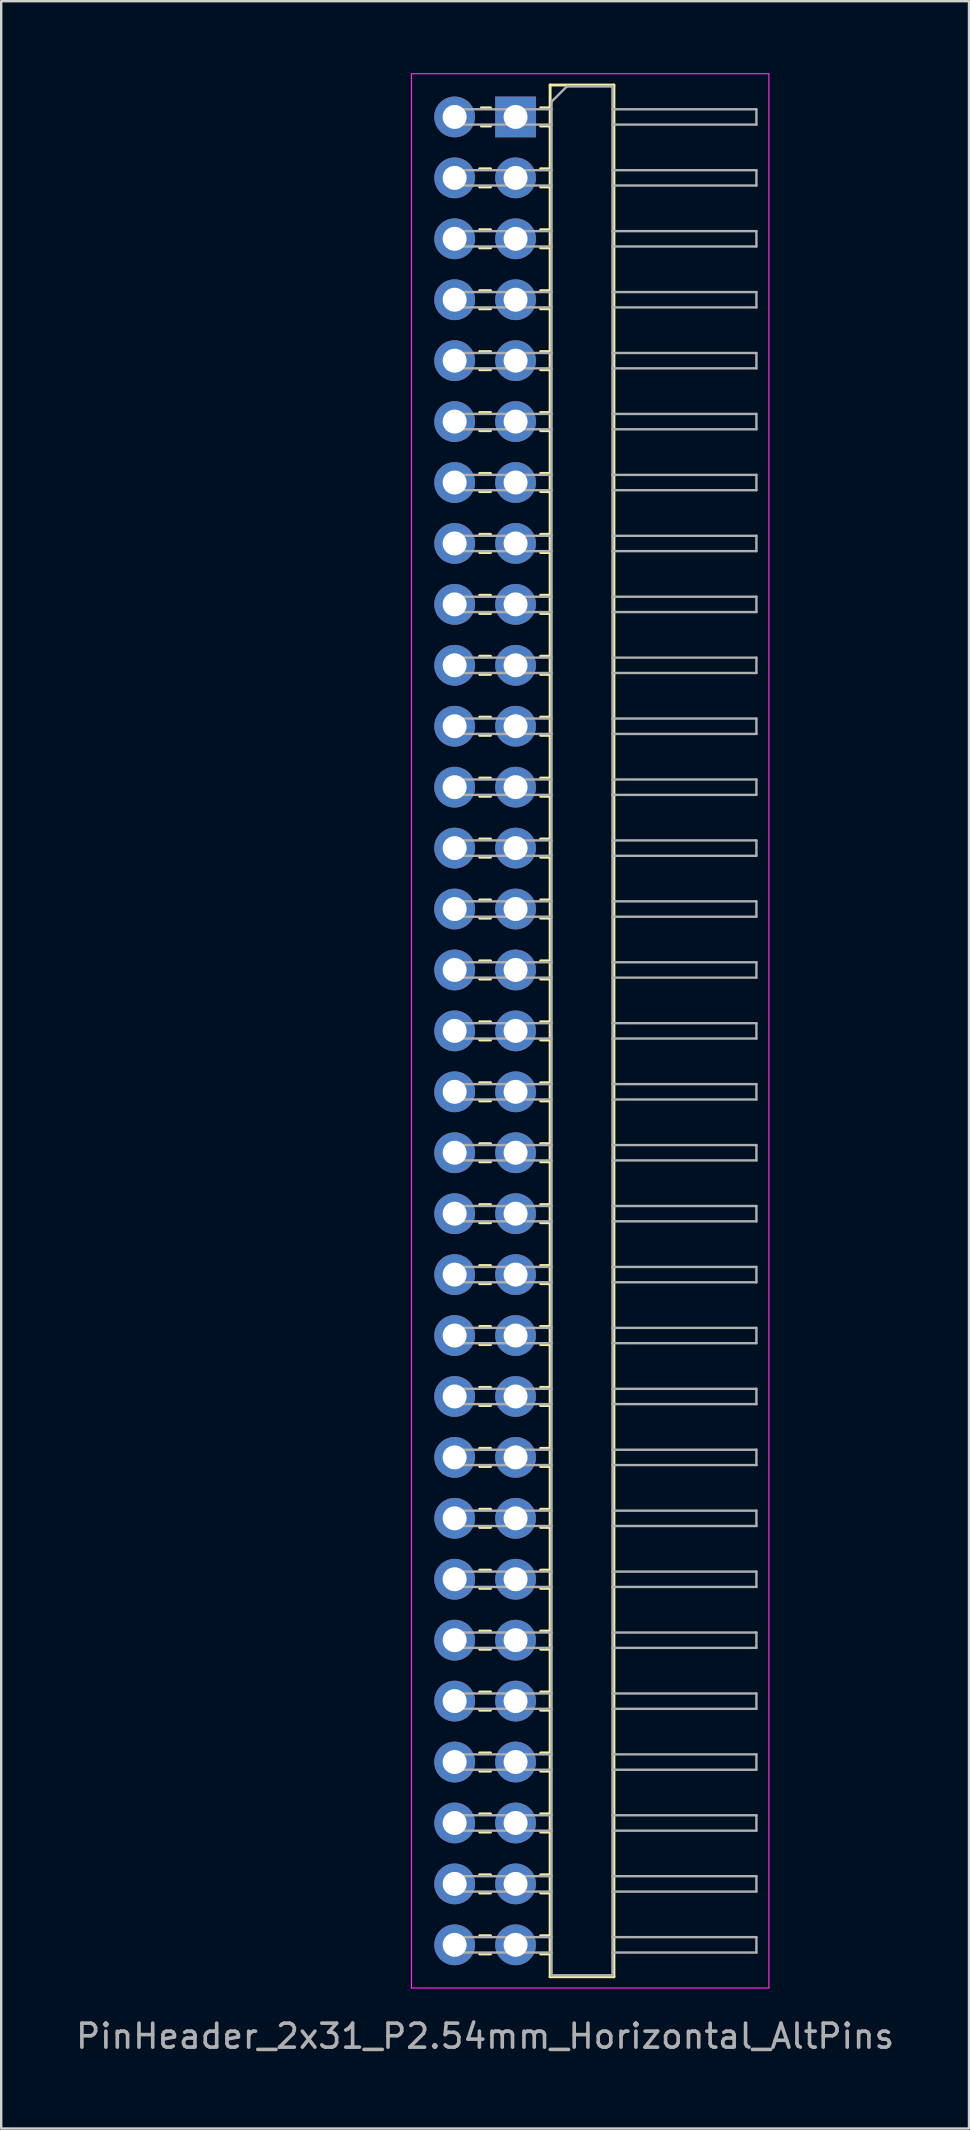
<source format=kicad_pcb>
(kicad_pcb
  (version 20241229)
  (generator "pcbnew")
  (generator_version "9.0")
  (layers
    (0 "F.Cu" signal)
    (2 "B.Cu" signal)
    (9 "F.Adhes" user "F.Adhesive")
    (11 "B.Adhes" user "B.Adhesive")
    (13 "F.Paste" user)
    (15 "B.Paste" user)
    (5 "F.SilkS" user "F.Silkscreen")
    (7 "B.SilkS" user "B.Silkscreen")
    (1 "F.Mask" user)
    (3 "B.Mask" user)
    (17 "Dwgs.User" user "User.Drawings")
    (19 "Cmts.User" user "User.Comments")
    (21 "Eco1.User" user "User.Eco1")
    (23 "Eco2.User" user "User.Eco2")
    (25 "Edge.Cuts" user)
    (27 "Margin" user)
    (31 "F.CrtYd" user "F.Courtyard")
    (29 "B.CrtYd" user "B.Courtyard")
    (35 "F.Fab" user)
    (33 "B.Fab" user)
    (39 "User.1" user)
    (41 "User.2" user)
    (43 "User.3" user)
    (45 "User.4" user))
  (footprint "PinHeader_2x31_P2.54mm_Horizontal_AltPins"
    (layer "F.Cu")
    (at 15.903 1.825)
    (property "Reference" "PinHeader_2x31_P2.54mm_Horizontal_AltPins" (at 1.27 80.01 0) (layer "F.Fab") (effects (font (size 1 1) (thickness 0.15))))
    (attr through_hole)
    (fp_line (start 1.043 2.16) (end 1.497 2.16) (stroke (width 0.12) (type solid)) (layer "F.SilkS"))
    (fp_line (start 1.043 2.92) (end 1.497 2.92) (stroke (width 0.12) (type solid)) (layer "F.SilkS"))
    (fp_line (start 1.043 4.7) (end 1.497 4.7) (stroke (width 0.12) (type solid)) (layer "F.SilkS"))
    (fp_line (start 1.043 5.46) (end 1.497 5.46) (stroke (width 0.12) (type solid)) (layer "F.SilkS"))
    (fp_line (start 1.043 7.24) (end 1.497 7.24) (stroke (width 0.12) (type solid)) (layer "F.SilkS"))
    (fp_line (start 1.043 8) (end 1.497 8) (stroke (width 0.12) (type solid)) (layer "F.SilkS"))
    (fp_line (start 1.043 9.78) (end 1.497 9.78) (stroke (width 0.12) (type solid)) (layer "F.SilkS"))
    (fp_line (start 1.043 10.54) (end 1.497 10.54) (stroke (width 0.12) (type solid)) (layer "F.SilkS"))
    (fp_line (start 1.043 12.32) (end 1.497 12.32) (stroke (width 0.12) (type solid)) (layer "F.SilkS"))
    (fp_line (start 1.043 13.08) (end 1.497 13.08) (stroke (width 0.12) (type solid)) (layer "F.SilkS"))
    (fp_line (start 1.043 14.86) (end 1.497 14.86) (stroke (width 0.12) (type solid)) (layer "F.SilkS"))
    (fp_line (start 1.043 15.62) (end 1.497 15.62) (stroke (width 0.12) (type solid)) (layer "F.SilkS"))
    (fp_line (start 1.043 17.4) (end 1.497 17.4) (stroke (width 0.12) (type solid)) (layer "F.SilkS"))
    (fp_line (start 1.043 18.16) (end 1.497 18.16) (stroke (width 0.12) (type solid)) (layer "F.SilkS"))
    (fp_line (start 1.043 19.94) (end 1.497 19.94) (stroke (width 0.12) (type solid)) (layer "F.SilkS"))
    (fp_line (start 1.043 20.7) (end 1.497 20.7) (stroke (width 0.12) (type solid)) (layer "F.SilkS"))
    (fp_line (start 1.043 22.48) (end 1.497 22.48) (stroke (width 0.12) (type solid)) (layer "F.SilkS"))
    (fp_line (start 1.043 23.24) (end 1.497 23.24) (stroke (width 0.12) (type solid)) (layer "F.SilkS"))
    (fp_line (start 1.043 25.02) (end 1.497 25.02) (stroke (width 0.12) (type solid)) (layer "F.SilkS"))
    (fp_line (start 1.043 25.78) (end 1.497 25.78) (stroke (width 0.12) (type solid)) (layer "F.SilkS"))
    (fp_line (start 1.043 27.56) (end 1.497 27.56) (stroke (width 0.12) (type solid)) (layer "F.SilkS"))
    (fp_line (start 1.043 28.32) (end 1.497 28.32) (stroke (width 0.12) (type solid)) (layer "F.SilkS"))
    (fp_line (start 1.043 30.1) (end 1.497 30.1) (stroke (width 0.12) (type solid)) (layer "F.SilkS"))
    (fp_line (start 1.043 30.86) (end 1.497 30.86) (stroke (width 0.12) (type solid)) (layer "F.SilkS"))
    (fp_line (start 1.043 32.64) (end 1.497 32.64) (stroke (width 0.12) (type solid)) (layer "F.SilkS"))
    (fp_line (start 1.043 33.4) (end 1.497 33.4) (stroke (width 0.12) (type solid)) (layer "F.SilkS"))
    (fp_line (start 1.043 35.18) (end 1.497 35.18) (stroke (width 0.12) (type solid)) (layer "F.SilkS"))
    (fp_line (start 1.043 35.94) (end 1.497 35.94) (stroke (width 0.12) (type solid)) (layer "F.SilkS"))
    (fp_line (start 1.043 37.72) (end 1.497 37.72) (stroke (width 0.12) (type solid)) (layer "F.SilkS"))
    (fp_line (start 1.043 38.48) (end 1.497 38.48) (stroke (width 0.12) (type solid)) (layer "F.SilkS"))
    (fp_line (start 1.043 40.26) (end 1.497 40.26) (stroke (width 0.12) (type solid)) (layer "F.SilkS"))
    (fp_line (start 1.043 41.02) (end 1.497 41.02) (stroke (width 0.12) (type solid)) (layer "F.SilkS"))
    (fp_line (start 1.043 42.8) (end 1.497 42.8) (stroke (width 0.12) (type solid)) (layer "F.SilkS"))
    (fp_line (start 1.043 43.56) (end 1.497 43.56) (stroke (width 0.12) (type solid)) (layer "F.SilkS"))
    (fp_line (start 1.043 45.34) (end 1.497 45.34) (stroke (width 0.12) (type solid)) (layer "F.SilkS"))
    (fp_line (start 1.043 46.1) (end 1.497 46.1) (stroke (width 0.12) (type solid)) (layer "F.SilkS"))
    (fp_line (start 1.043 47.88) (end 1.497 47.88) (stroke (width 0.12) (type solid)) (layer "F.SilkS"))
    (fp_line (start 1.043 48.64) (end 1.497 48.64) (stroke (width 0.12) (type solid)) (layer "F.SilkS"))
    (fp_line (start 1.043 50.42) (end 1.497 50.42) (stroke (width 0.12) (type solid)) (layer "F.SilkS"))
    (fp_line (start 1.043 51.18) (end 1.497 51.18) (stroke (width 0.12) (type solid)) (layer "F.SilkS"))
    (fp_line (start 1.043 52.96) (end 1.497 52.96) (stroke (width 0.12) (type solid)) (layer "F.SilkS"))
    (fp_line (start 1.043 53.72) (end 1.497 53.72) (stroke (width 0.12) (type solid)) (layer "F.SilkS"))
    (fp_line (start 1.043 55.5) (end 1.497 55.5) (stroke (width 0.12) (type solid)) (layer "F.SilkS"))
    (fp_line (start 1.043 56.26) (end 1.497 56.26) (stroke (width 0.12) (type solid)) (layer "F.SilkS"))
    (fp_line (start 1.043 58.04) (end 1.497 58.04) (stroke (width 0.12) (type solid)) (layer "F.SilkS"))
    (fp_line (start 1.043 58.8) (end 1.497 58.8) (stroke (width 0.12) (type solid)) (layer "F.SilkS"))
    (fp_line (start 1.043 60.58) (end 1.497 60.58) (stroke (width 0.12) (type solid)) (layer "F.SilkS"))
    (fp_line (start 1.043 61.34) (end 1.497 61.34) (stroke (width 0.12) (type solid)) (layer "F.SilkS"))
    (fp_line (start 1.043 63.12) (end 1.497 63.12) (stroke (width 0.12) (type solid)) (layer "F.SilkS"))
    (fp_line (start 1.043 63.88) (end 1.497 63.88) (stroke (width 0.12) (type solid)) (layer "F.SilkS"))
    (fp_line (start 1.043 65.66) (end 1.497 65.66) (stroke (width 0.12) (type solid)) (layer "F.SilkS"))
    (fp_line (start 1.043 66.42) (end 1.497 66.42) (stroke (width 0.12) (type solid)) (layer "F.SilkS"))
    (fp_line (start 1.043 68.2) (end 1.497 68.2) (stroke (width 0.12) (type solid)) (layer "F.SilkS"))
    (fp_line (start 1.043 68.96) (end 1.497 68.96) (stroke (width 0.12) (type solid)) (layer "F.SilkS"))
    (fp_line (start 1.043 70.74) (end 1.497 70.74) (stroke (width 0.12) (type solid)) (layer "F.SilkS"))
    (fp_line (start 1.043 71.5) (end 1.497 71.5) (stroke (width 0.12) (type solid)) (layer "F.SilkS"))
    (fp_line (start 1.043 73.28) (end 1.497 73.28) (stroke (width 0.12) (type solid)) (layer "F.SilkS"))
    (fp_line (start 1.043 74.04) (end 1.497 74.04) (stroke (width 0.12) (type solid)) (layer "F.SilkS"))
    (fp_line (start 1.043 75.82) (end 1.497 75.82) (stroke (width 0.12) (type solid)) (layer "F.SilkS"))
    (fp_line (start 1.043 76.58) (end 1.497 76.58) (stroke (width 0.12) (type solid)) (layer "F.SilkS"))
    (fp_line (start 1.11 -0.38) (end 1.497 -0.38) (stroke (width 0.12) (type solid)) (layer "F.SilkS"))
    (fp_line (start 1.11 0.38) (end 1.497 0.38) (stroke (width 0.12) (type solid)) (layer "F.SilkS"))
    (fp_line (start 3.583 -0.38) (end 3.98 -0.38) (stroke (width 0.12) (type solid)) (layer "F.SilkS"))
    (fp_line (start 3.583 0.38) (end 3.98 0.38) (stroke (width 0.12) (type solid)) (layer "F.SilkS"))
    (fp_line (start 3.583 2.16) (end 3.98 2.16) (stroke (width 0.12) (type solid)) (layer "F.SilkS"))
    (fp_line (start 3.583 2.92) (end 3.98 2.92) (stroke (width 0.12) (type solid)) (layer "F.SilkS"))
    (fp_line (start 3.583 4.7) (end 3.98 4.7) (stroke (width 0.12) (type solid)) (layer "F.SilkS"))
    (fp_line (start 3.583 5.46) (end 3.98 5.46) (stroke (width 0.12) (type solid)) (layer "F.SilkS"))
    (fp_line (start 3.583 7.24) (end 3.98 7.24) (stroke (width 0.12) (type solid)) (layer "F.SilkS"))
    (fp_line (start 3.583 8) (end 3.98 8) (stroke (width 0.12) (type solid)) (layer "F.SilkS"))
    (fp_line (start 3.583 9.78) (end 3.98 9.78) (stroke (width 0.12) (type solid)) (layer "F.SilkS"))
    (fp_line (start 3.583 10.54) (end 3.98 10.54) (stroke (width 0.12) (type solid)) (layer "F.SilkS"))
    (fp_line (start 3.583 12.32) (end 3.98 12.32) (stroke (width 0.12) (type solid)) (layer "F.SilkS"))
    (fp_line (start 3.583 13.08) (end 3.98 13.08) (stroke (width 0.12) (type solid)) (layer "F.SilkS"))
    (fp_line (start 3.583 14.86) (end 3.98 14.86) (stroke (width 0.12) (type solid)) (layer "F.SilkS"))
    (fp_line (start 3.583 15.62) (end 3.98 15.62) (stroke (width 0.12) (type solid)) (layer "F.SilkS"))
    (fp_line (start 3.583 17.4) (end 3.98 17.4) (stroke (width 0.12) (type solid)) (layer "F.SilkS"))
    (fp_line (start 3.583 18.16) (end 3.98 18.16) (stroke (width 0.12) (type solid)) (layer "F.SilkS"))
    (fp_line (start 3.583 19.94) (end 3.98 19.94) (stroke (width 0.12) (type solid)) (layer "F.SilkS"))
    (fp_line (start 3.583 20.7) (end 3.98 20.7) (stroke (width 0.12) (type solid)) (layer "F.SilkS"))
    (fp_line (start 3.583 22.48) (end 3.98 22.48) (stroke (width 0.12) (type solid)) (layer "F.SilkS"))
    (fp_line (start 3.583 23.24) (end 3.98 23.24) (stroke (width 0.12) (type solid)) (layer "F.SilkS"))
    (fp_line (start 3.583 25.02) (end 3.98 25.02) (stroke (width 0.12) (type solid)) (layer "F.SilkS"))
    (fp_line (start 3.583 25.78) (end 3.98 25.78) (stroke (width 0.12) (type solid)) (layer "F.SilkS"))
    (fp_line (start 3.583 27.56) (end 3.98 27.56) (stroke (width 0.12) (type solid)) (layer "F.SilkS"))
    (fp_line (start 3.583 28.32) (end 3.98 28.32) (stroke (width 0.12) (type solid)) (layer "F.SilkS"))
    (fp_line (start 3.583 30.1) (end 3.98 30.1) (stroke (width 0.12) (type solid)) (layer "F.SilkS"))
    (fp_line (start 3.583 30.86) (end 3.98 30.86) (stroke (width 0.12) (type solid)) (layer "F.SilkS"))
    (fp_line (start 3.583 32.64) (end 3.98 32.64) (stroke (width 0.12) (type solid)) (layer "F.SilkS"))
    (fp_line (start 3.583 33.4) (end 3.98 33.4) (stroke (width 0.12) (type solid)) (layer "F.SilkS"))
    (fp_line (start 3.583 35.18) (end 3.98 35.18) (stroke (width 0.12) (type solid)) (layer "F.SilkS"))
    (fp_line (start 3.583 35.94) (end 3.98 35.94) (stroke (width 0.12) (type solid)) (layer "F.SilkS"))
    (fp_line (start 3.583 37.72) (end 3.98 37.72) (stroke (width 0.12) (type solid)) (layer "F.SilkS"))
    (fp_line (start 3.583 38.48) (end 3.98 38.48) (stroke (width 0.12) (type solid)) (layer "F.SilkS"))
    (fp_line (start 3.583 40.26) (end 3.98 40.26) (stroke (width 0.12) (type solid)) (layer "F.SilkS"))
    (fp_line (start 3.583 41.02) (end 3.98 41.02) (stroke (width 0.12) (type solid)) (layer "F.SilkS"))
    (fp_line (start 3.583 42.8) (end 3.98 42.8) (stroke (width 0.12) (type solid)) (layer "F.SilkS"))
    (fp_line (start 3.583 43.56) (end 3.98 43.56) (stroke (width 0.12) (type solid)) (layer "F.SilkS"))
    (fp_line (start 3.583 45.34) (end 3.98 45.34) (stroke (width 0.12) (type solid)) (layer "F.SilkS"))
    (fp_line (start 3.583 46.1) (end 3.98 46.1) (stroke (width 0.12) (type solid)) (layer "F.SilkS"))
    (fp_line (start 3.583 47.88) (end 3.98 47.88) (stroke (width 0.12) (type solid)) (layer "F.SilkS"))
    (fp_line (start 3.583 48.64) (end 3.98 48.64) (stroke (width 0.12) (type solid)) (layer "F.SilkS"))
    (fp_line (start 3.583 50.42) (end 3.98 50.42) (stroke (width 0.12) (type solid)) (layer "F.SilkS"))
    (fp_line (start 3.583 51.18) (end 3.98 51.18) (stroke (width 0.12) (type solid)) (layer "F.SilkS"))
    (fp_line (start 3.583 52.96) (end 3.98 52.96) (stroke (width 0.12) (type solid)) (layer "F.SilkS"))
    (fp_line (start 3.583 53.72) (end 3.98 53.72) (stroke (width 0.12) (type solid)) (layer "F.SilkS"))
    (fp_line (start 3.583 55.5) (end 3.98 55.5) (stroke (width 0.12) (type solid)) (layer "F.SilkS"))
    (fp_line (start 3.583 56.26) (end 3.98 56.26) (stroke (width 0.12) (type solid)) (layer "F.SilkS"))
    (fp_line (start 3.583 58.04) (end 3.98 58.04) (stroke (width 0.12) (type solid)) (layer "F.SilkS"))
    (fp_line (start 3.583 58.8) (end 3.98 58.8) (stroke (width 0.12) (type solid)) (layer "F.SilkS"))
    (fp_line (start 3.583 60.58) (end 3.98 60.58) (stroke (width 0.12) (type solid)) (layer "F.SilkS"))
    (fp_line (start 3.583 61.34) (end 3.98 61.34) (stroke (width 0.12) (type solid)) (layer "F.SilkS"))
    (fp_line (start 3.583 63.12) (end 3.98 63.12) (stroke (width 0.12) (type solid)) (layer "F.SilkS"))
    (fp_line (start 3.583 63.88) (end 3.98 63.88) (stroke (width 0.12) (type solid)) (layer "F.SilkS"))
    (fp_line (start 3.583 65.66) (end 3.98 65.66) (stroke (width 0.12) (type solid)) (layer "F.SilkS"))
    (fp_line (start 3.583 66.42) (end 3.98 66.42) (stroke (width 0.12) (type solid)) (layer "F.SilkS"))
    (fp_line (start 3.583 68.2) (end 3.98 68.2) (stroke (width 0.12) (type solid)) (layer "F.SilkS"))
    (fp_line (start 3.583 68.96) (end 3.98 68.96) (stroke (width 0.12) (type solid)) (layer "F.SilkS"))
    (fp_line (start 3.583 70.74) (end 3.98 70.74) (stroke (width 0.12) (type solid)) (layer "F.SilkS"))
    (fp_line (start 3.583 71.5) (end 3.98 71.5) (stroke (width 0.12) (type solid)) (layer "F.SilkS"))
    (fp_line (start 3.583 73.28) (end 3.98 73.28) (stroke (width 0.12) (type solid)) (layer "F.SilkS"))
    (fp_line (start 3.583 74.04) (end 3.98 74.04) (stroke (width 0.12) (type solid)) (layer "F.SilkS"))
    (fp_line (start 3.583 75.82) (end 3.98 75.82) (stroke (width 0.12) (type solid)) (layer "F.SilkS"))
    (fp_line (start 3.583 76.58) (end 3.98 76.58) (stroke (width 0.12) (type solid)) (layer "F.SilkS"))
    (fp_line (start 3.98 -1.33) (end 3.98 77.53) (stroke (width 0.12) (type solid)) (layer "F.SilkS"))
    (fp_line (start 3.98 77.53) (end 6.64 77.53) (stroke (width 0.12) (type solid)) (layer "F.SilkS"))
    (fp_line (start 6.64 -1.33) (end 3.98 -1.33) (stroke (width 0.12) (type solid)) (layer "F.SilkS"))
    (fp_line (start 6.64 77.53) (end 6.64 -1.33) (stroke (width 0.12) (type solid)) (layer "F.SilkS"))
    (fp_line (start -1.8 -1.8) (end -1.8 78) (stroke (width 0.05) (type solid)) (layer "F.CrtYd"))
    (fp_line (start -1.8 78) (end 13.1 78) (stroke (width 0.05) (type solid)) (layer "F.CrtYd"))
    (fp_line (start 13.1 -1.8) (end -1.8 -1.8) (stroke (width 0.05) (type solid)) (layer "F.CrtYd"))
    (fp_line (start 13.1 78) (end 13.1 -1.8) (stroke (width 0.05) (type solid)) (layer "F.CrtYd"))
    (fp_line (start -0.32 -0.32) (end 4.04 -0.32) (stroke (width 0.1) (type solid)) (layer "F.Fab"))
    (fp_line (start -0.32 0.32) (end 4.04 0.32) (stroke (width 0.1) (type solid)) (layer "F.Fab"))
    (fp_line (start -0.32 2.22) (end 4.04 2.22) (stroke (width 0.1) (type solid)) (layer "F.Fab"))
    (fp_line (start -0.32 2.86) (end 4.04 2.86) (stroke (width 0.1) (type solid)) (layer "F.Fab"))
    (fp_line (start -0.32 4.76) (end 4.04 4.76) (stroke (width 0.1) (type solid)) (layer "F.Fab"))
    (fp_line (start -0.32 5.4) (end 4.04 5.4) (stroke (width 0.1) (type solid)) (layer "F.Fab"))
    (fp_line (start -0.32 7.3) (end 4.04 7.3) (stroke (width 0.1) (type solid)) (layer "F.Fab"))
    (fp_line (start -0.32 7.94) (end 4.04 7.94) (stroke (width 0.1) (type solid)) (layer "F.Fab"))
    (fp_line (start -0.32 9.84) (end 4.04 9.84) (stroke (width 0.1) (type solid)) (layer "F.Fab"))
    (fp_line (start -0.32 10.48) (end 4.04 10.48) (stroke (width 0.1) (type solid)) (layer "F.Fab"))
    (fp_line (start -0.32 12.38) (end 4.04 12.38) (stroke (width 0.1) (type solid)) (layer "F.Fab"))
    (fp_line (start -0.32 13.02) (end 4.04 13.02) (stroke (width 0.1) (type solid)) (layer "F.Fab"))
    (fp_line (start -0.32 14.92) (end 4.04 14.92) (stroke (width 0.1) (type solid)) (layer "F.Fab"))
    (fp_line (start -0.32 15.56) (end 4.04 15.56) (stroke (width 0.1) (type solid)) (layer "F.Fab"))
    (fp_line (start -0.32 17.46) (end 4.04 17.46) (stroke (width 0.1) (type solid)) (layer "F.Fab"))
    (fp_line (start -0.32 18.1) (end 4.04 18.1) (stroke (width 0.1) (type solid)) (layer "F.Fab"))
    (fp_line (start -0.32 20) (end 4.04 20) (stroke (width 0.1) (type solid)) (layer "F.Fab"))
    (fp_line (start -0.32 20.64) (end 4.04 20.64) (stroke (width 0.1) (type solid)) (layer "F.Fab"))
    (fp_line (start -0.32 22.54) (end 4.04 22.54) (stroke (width 0.1) (type solid)) (layer "F.Fab"))
    (fp_line (start -0.32 23.18) (end 4.04 23.18) (stroke (width 0.1) (type solid)) (layer "F.Fab"))
    (fp_line (start -0.32 25.08) (end 4.04 25.08) (stroke (width 0.1) (type solid)) (layer "F.Fab"))
    (fp_line (start -0.32 25.72) (end 4.04 25.72) (stroke (width 0.1) (type solid)) (layer "F.Fab"))
    (fp_line (start -0.32 27.62) (end 4.04 27.62) (stroke (width 0.1) (type solid)) (layer "F.Fab"))
    (fp_line (start -0.32 28.26) (end 4.04 28.26) (stroke (width 0.1) (type solid)) (layer "F.Fab"))
    (fp_line (start -0.32 30.16) (end 4.04 30.16) (stroke (width 0.1) (type solid)) (layer "F.Fab"))
    (fp_line (start -0.32 30.8) (end 4.04 30.8) (stroke (width 0.1) (type solid)) (layer "F.Fab"))
    (fp_line (start -0.32 32.7) (end 4.04 32.7) (stroke (width 0.1) (type solid)) (layer "F.Fab"))
    (fp_line (start -0.32 33.34) (end 4.04 33.34) (stroke (width 0.1) (type solid)) (layer "F.Fab"))
    (fp_line (start -0.32 35.24) (end 4.04 35.24) (stroke (width 0.1) (type solid)) (layer "F.Fab"))
    (fp_line (start -0.32 35.88) (end 4.04 35.88) (stroke (width 0.1) (type solid)) (layer "F.Fab"))
    (fp_line (start -0.32 37.78) (end 4.04 37.78) (stroke (width 0.1) (type solid)) (layer "F.Fab"))
    (fp_line (start -0.32 38.42) (end 4.04 38.42) (stroke (width 0.1) (type solid)) (layer "F.Fab"))
    (fp_line (start -0.32 40.32) (end 4.04 40.32) (stroke (width 0.1) (type solid)) (layer "F.Fab"))
    (fp_line (start -0.32 40.96) (end 4.04 40.96) (stroke (width 0.1) (type solid)) (layer "F.Fab"))
    (fp_line (start -0.32 42.86) (end 4.04 42.86) (stroke (width 0.1) (type solid)) (layer "F.Fab"))
    (fp_line (start -0.32 43.5) (end 4.04 43.5) (stroke (width 0.1) (type solid)) (layer "F.Fab"))
    (fp_line (start -0.32 45.4) (end 4.04 45.4) (stroke (width 0.1) (type solid)) (layer "F.Fab"))
    (fp_line (start -0.32 46.04) (end 4.04 46.04) (stroke (width 0.1) (type solid)) (layer "F.Fab"))
    (fp_line (start -0.32 47.94) (end 4.04 47.94) (stroke (width 0.1) (type solid)) (layer "F.Fab"))
    (fp_line (start -0.32 48.58) (end 4.04 48.58) (stroke (width 0.1) (type solid)) (layer "F.Fab"))
    (fp_line (start -0.32 50.48) (end 4.04 50.48) (stroke (width 0.1) (type solid)) (layer "F.Fab"))
    (fp_line (start -0.32 51.12) (end 4.04 51.12) (stroke (width 0.1) (type solid)) (layer "F.Fab"))
    (fp_line (start -0.32 53.02) (end 4.04 53.02) (stroke (width 0.1) (type solid)) (layer "F.Fab"))
    (fp_line (start -0.32 53.66) (end 4.04 53.66) (stroke (width 0.1) (type solid)) (layer "F.Fab"))
    (fp_line (start -0.32 55.56) (end 4.04 55.56) (stroke (width 0.1) (type solid)) (layer "F.Fab"))
    (fp_line (start -0.32 56.2) (end 4.04 56.2) (stroke (width 0.1) (type solid)) (layer "F.Fab"))
    (fp_line (start -0.32 58.1) (end 4.04 58.1) (stroke (width 0.1) (type solid)) (layer "F.Fab"))
    (fp_line (start -0.32 58.74) (end 4.04 58.74) (stroke (width 0.1) (type solid)) (layer "F.Fab"))
    (fp_line (start -0.32 60.64) (end 4.04 60.64) (stroke (width 0.1) (type solid)) (layer "F.Fab"))
    (fp_line (start -0.32 61.28) (end 4.04 61.28) (stroke (width 0.1) (type solid)) (layer "F.Fab"))
    (fp_line (start -0.32 63.18) (end 4.04 63.18) (stroke (width 0.1) (type solid)) (layer "F.Fab"))
    (fp_line (start -0.32 63.82) (end 4.04 63.82) (stroke (width 0.1) (type solid)) (layer "F.Fab"))
    (fp_line (start -0.32 65.72) (end 4.04 65.72) (stroke (width 0.1) (type solid)) (layer "F.Fab"))
    (fp_line (start -0.32 66.36) (end 4.04 66.36) (stroke (width 0.1) (type solid)) (layer "F.Fab"))
    (fp_line (start -0.32 68.26) (end 4.04 68.26) (stroke (width 0.1) (type solid)) (layer "F.Fab"))
    (fp_line (start -0.32 68.9) (end 4.04 68.9) (stroke (width 0.1) (type solid)) (layer "F.Fab"))
    (fp_line (start -0.32 70.8) (end 4.04 70.8) (stroke (width 0.1) (type solid)) (layer "F.Fab"))
    (fp_line (start -0.32 71.44) (end 4.04 71.44) (stroke (width 0.1) (type solid)) (layer "F.Fab"))
    (fp_line (start -0.32 73.34) (end 4.04 73.34) (stroke (width 0.1) (type solid)) (layer "F.Fab"))
    (fp_line (start -0.32 73.98) (end 4.04 73.98) (stroke (width 0.1) (type solid)) (layer "F.Fab"))
    (fp_line (start -0.32 75.88) (end 4.04 75.88) (stroke (width 0.1) (type solid)) (layer "F.Fab"))
    (fp_line (start -0.32 76.52) (end 4.04 76.52) (stroke (width 0.1) (type solid)) (layer "F.Fab"))
    (fp_line (start 2.22 -0.32) (end 2.22 0.32) (stroke (width 0.1) (type solid)) (layer "F.Fab"))
    (fp_line (start 2.22 2.22) (end 2.22 2.86) (stroke (width 0.1) (type solid)) (layer "F.Fab"))
    (fp_line (start 2.22 4.76) (end 2.22 5.4) (stroke (width 0.1) (type solid)) (layer "F.Fab"))
    (fp_line (start 2.22 7.3) (end 2.22 7.94) (stroke (width 0.1) (type solid)) (layer "F.Fab"))
    (fp_line (start 2.22 9.84) (end 2.22 10.48) (stroke (width 0.1) (type solid)) (layer "F.Fab"))
    (fp_line (start 2.22 12.38) (end 2.22 13.02) (stroke (width 0.1) (type solid)) (layer "F.Fab"))
    (fp_line (start 2.22 14.92) (end 2.22 15.56) (stroke (width 0.1) (type solid)) (layer "F.Fab"))
    (fp_line (start 2.22 17.46) (end 2.22 18.1) (stroke (width 0.1) (type solid)) (layer "F.Fab"))
    (fp_line (start 2.22 20) (end 2.22 20.64) (stroke (width 0.1) (type solid)) (layer "F.Fab"))
    (fp_line (start 2.22 22.54) (end 2.22 23.18) (stroke (width 0.1) (type solid)) (layer "F.Fab"))
    (fp_line (start 2.22 25.08) (end 2.22 25.72) (stroke (width 0.1) (type solid)) (layer "F.Fab"))
    (fp_line (start 2.22 27.62) (end 2.22 28.26) (stroke (width 0.1) (type solid)) (layer "F.Fab"))
    (fp_line (start 2.22 30.16) (end 2.22 30.8) (stroke (width 0.1) (type solid)) (layer "F.Fab"))
    (fp_line (start 2.22 32.7) (end 2.22 33.34) (stroke (width 0.1) (type solid)) (layer "F.Fab"))
    (fp_line (start 2.22 35.24) (end 2.22 35.88) (stroke (width 0.1) (type solid)) (layer "F.Fab"))
    (fp_line (start 2.22 37.78) (end 2.22 38.42) (stroke (width 0.1) (type solid)) (layer "F.Fab"))
    (fp_line (start 2.22 40.32) (end 2.22 40.96) (stroke (width 0.1) (type solid)) (layer "F.Fab"))
    (fp_line (start 2.22 42.86) (end 2.22 43.5) (stroke (width 0.1) (type solid)) (layer "F.Fab"))
    (fp_line (start 2.22 45.4) (end 2.22 46.04) (stroke (width 0.1) (type solid)) (layer "F.Fab"))
    (fp_line (start 2.22 47.94) (end 2.22 48.58) (stroke (width 0.1) (type solid)) (layer "F.Fab"))
    (fp_line (start 2.22 50.48) (end 2.22 51.12) (stroke (width 0.1) (type solid)) (layer "F.Fab"))
    (fp_line (start 2.22 53.02) (end 2.22 53.66) (stroke (width 0.1) (type solid)) (layer "F.Fab"))
    (fp_line (start 2.22 55.56) (end 2.22 56.2) (stroke (width 0.1) (type solid)) (layer "F.Fab"))
    (fp_line (start 2.22 58.1) (end 2.22 58.74) (stroke (width 0.1) (type solid)) (layer "F.Fab"))
    (fp_line (start 2.22 60.64) (end 2.22 61.28) (stroke (width 0.1) (type solid)) (layer "F.Fab"))
    (fp_line (start 2.22 63.18) (end 2.22 63.82) (stroke (width 0.1) (type solid)) (layer "F.Fab"))
    (fp_line (start 2.22 65.72) (end 2.22 66.36) (stroke (width 0.1) (type solid)) (layer "F.Fab"))
    (fp_line (start 2.22 68.26) (end 2.22 68.9) (stroke (width 0.1) (type solid)) (layer "F.Fab"))
    (fp_line (start 2.22 70.8) (end 2.22 71.44) (stroke (width 0.1) (type solid)) (layer "F.Fab"))
    (fp_line (start 2.22 73.34) (end 2.22 73.98) (stroke (width 0.1) (type solid)) (layer "F.Fab"))
    (fp_line (start 2.22 75.88) (end 2.22 76.52) (stroke (width 0.1) (type solid)) (layer "F.Fab"))
    (fp_line (start 4.04 -0.635) (end 4.675 -1.27) (stroke (width 0.1) (type solid)) (layer "F.Fab"))
    (fp_line (start 4.04 77.47) (end 4.04 -0.635) (stroke (width 0.1) (type solid)) (layer "F.Fab"))
    (fp_line (start 4.675 -1.27) (end 6.58 -1.27) (stroke (width 0.1) (type solid)) (layer "F.Fab"))
    (fp_line (start 6.58 -1.27) (end 6.58 77.47) (stroke (width 0.1) (type solid)) (layer "F.Fab"))
    (fp_line (start 6.58 -0.32) (end 12.58 -0.32) (stroke (width 0.1) (type solid)) (layer "F.Fab"))
    (fp_line (start 6.58 0.32) (end 12.58 0.32) (stroke (width 0.1) (type solid)) (layer "F.Fab"))
    (fp_line (start 6.58 2.22) (end 12.58 2.22) (stroke (width 0.1) (type solid)) (layer "F.Fab"))
    (fp_line (start 6.58 2.86) (end 12.58 2.86) (stroke (width 0.1) (type solid)) (layer "F.Fab"))
    (fp_line (start 6.58 4.76) (end 12.58 4.76) (stroke (width 0.1) (type solid)) (layer "F.Fab"))
    (fp_line (start 6.58 5.4) (end 12.58 5.4) (stroke (width 0.1) (type solid)) (layer "F.Fab"))
    (fp_line (start 6.58 7.3) (end 12.58 7.3) (stroke (width 0.1) (type solid)) (layer "F.Fab"))
    (fp_line (start 6.58 7.94) (end 12.58 7.94) (stroke (width 0.1) (type solid)) (layer "F.Fab"))
    (fp_line (start 6.58 9.84) (end 12.58 9.84) (stroke (width 0.1) (type solid)) (layer "F.Fab"))
    (fp_line (start 6.58 10.48) (end 12.58 10.48) (stroke (width 0.1) (type solid)) (layer "F.Fab"))
    (fp_line (start 6.58 12.38) (end 12.58 12.38) (stroke (width 0.1) (type solid)) (layer "F.Fab"))
    (fp_line (start 6.58 13.02) (end 12.58 13.02) (stroke (width 0.1) (type solid)) (layer "F.Fab"))
    (fp_line (start 6.58 14.92) (end 12.58 14.92) (stroke (width 0.1) (type solid)) (layer "F.Fab"))
    (fp_line (start 6.58 15.56) (end 12.58 15.56) (stroke (width 0.1) (type solid)) (layer "F.Fab"))
    (fp_line (start 6.58 17.46) (end 12.58 17.46) (stroke (width 0.1) (type solid)) (layer "F.Fab"))
    (fp_line (start 6.58 18.1) (end 12.58 18.1) (stroke (width 0.1) (type solid)) (layer "F.Fab"))
    (fp_line (start 6.58 20) (end 12.58 20) (stroke (width 0.1) (type solid)) (layer "F.Fab"))
    (fp_line (start 6.58 20.64) (end 12.58 20.64) (stroke (width 0.1) (type solid)) (layer "F.Fab"))
    (fp_line (start 6.58 22.54) (end 12.58 22.54) (stroke (width 0.1) (type solid)) (layer "F.Fab"))
    (fp_line (start 6.58 23.18) (end 12.58 23.18) (stroke (width 0.1) (type solid)) (layer "F.Fab"))
    (fp_line (start 6.58 25.08) (end 12.58 25.08) (stroke (width 0.1) (type solid)) (layer "F.Fab"))
    (fp_line (start 6.58 25.72) (end 12.58 25.72) (stroke (width 0.1) (type solid)) (layer "F.Fab"))
    (fp_line (start 6.58 27.62) (end 12.58 27.62) (stroke (width 0.1) (type solid)) (layer "F.Fab"))
    (fp_line (start 6.58 28.26) (end 12.58 28.26) (stroke (width 0.1) (type solid)) (layer "F.Fab"))
    (fp_line (start 6.58 30.16) (end 12.58 30.16) (stroke (width 0.1) (type solid)) (layer "F.Fab"))
    (fp_line (start 6.58 30.8) (end 12.58 30.8) (stroke (width 0.1) (type solid)) (layer "F.Fab"))
    (fp_line (start 6.58 32.7) (end 12.58 32.7) (stroke (width 0.1) (type solid)) (layer "F.Fab"))
    (fp_line (start 6.58 33.34) (end 12.58 33.34) (stroke (width 0.1) (type solid)) (layer "F.Fab"))
    (fp_line (start 6.58 35.24) (end 12.58 35.24) (stroke (width 0.1) (type solid)) (layer "F.Fab"))
    (fp_line (start 6.58 35.88) (end 12.58 35.88) (stroke (width 0.1) (type solid)) (layer "F.Fab"))
    (fp_line (start 6.58 37.78) (end 12.58 37.78) (stroke (width 0.1) (type solid)) (layer "F.Fab"))
    (fp_line (start 6.58 38.42) (end 12.58 38.42) (stroke (width 0.1) (type solid)) (layer "F.Fab"))
    (fp_line (start 6.58 40.32) (end 12.58 40.32) (stroke (width 0.1) (type solid)) (layer "F.Fab"))
    (fp_line (start 6.58 40.96) (end 12.58 40.96) (stroke (width 0.1) (type solid)) (layer "F.Fab"))
    (fp_line (start 6.58 42.86) (end 12.58 42.86) (stroke (width 0.1) (type solid)) (layer "F.Fab"))
    (fp_line (start 6.58 43.5) (end 12.58 43.5) (stroke (width 0.1) (type solid)) (layer "F.Fab"))
    (fp_line (start 6.58 45.4) (end 12.58 45.4) (stroke (width 0.1) (type solid)) (layer "F.Fab"))
    (fp_line (start 6.58 46.04) (end 12.58 46.04) (stroke (width 0.1) (type solid)) (layer "F.Fab"))
    (fp_line (start 6.58 47.94) (end 12.58 47.94) (stroke (width 0.1) (type solid)) (layer "F.Fab"))
    (fp_line (start 6.58 48.58) (end 12.58 48.58) (stroke (width 0.1) (type solid)) (layer "F.Fab"))
    (fp_line (start 6.58 50.48) (end 12.58 50.48) (stroke (width 0.1) (type solid)) (layer "F.Fab"))
    (fp_line (start 6.58 51.12) (end 12.58 51.12) (stroke (width 0.1) (type solid)) (layer "F.Fab"))
    (fp_line (start 6.58 53.02) (end 12.58 53.02) (stroke (width 0.1) (type solid)) (layer "F.Fab"))
    (fp_line (start 6.58 53.66) (end 12.58 53.66) (stroke (width 0.1) (type solid)) (layer "F.Fab"))
    (fp_line (start 6.58 55.56) (end 12.58 55.56) (stroke (width 0.1) (type solid)) (layer "F.Fab"))
    (fp_line (start 6.58 56.2) (end 12.58 56.2) (stroke (width 0.1) (type solid)) (layer "F.Fab"))
    (fp_line (start 6.58 58.1) (end 12.58 58.1) (stroke (width 0.1) (type solid)) (layer "F.Fab"))
    (fp_line (start 6.58 58.74) (end 12.58 58.74) (stroke (width 0.1) (type solid)) (layer "F.Fab"))
    (fp_line (start 6.58 60.64) (end 12.58 60.64) (stroke (width 0.1) (type solid)) (layer "F.Fab"))
    (fp_line (start 6.58 61.28) (end 12.58 61.28) (stroke (width 0.1) (type solid)) (layer "F.Fab"))
    (fp_line (start 6.58 63.18) (end 12.58 63.18) (stroke (width 0.1) (type solid)) (layer "F.Fab"))
    (fp_line (start 6.58 63.82) (end 12.58 63.82) (stroke (width 0.1) (type solid)) (layer "F.Fab"))
    (fp_line (start 6.58 65.72) (end 12.58 65.72) (stroke (width 0.1) (type solid)) (layer "F.Fab"))
    (fp_line (start 6.58 66.36) (end 12.58 66.36) (stroke (width 0.1) (type solid)) (layer "F.Fab"))
    (fp_line (start 6.58 68.26) (end 12.58 68.26) (stroke (width 0.1) (type solid)) (layer "F.Fab"))
    (fp_line (start 6.58 68.9) (end 12.58 68.9) (stroke (width 0.1) (type solid)) (layer "F.Fab"))
    (fp_line (start 6.58 70.8) (end 12.58 70.8) (stroke (width 0.1) (type solid)) (layer "F.Fab"))
    (fp_line (start 6.58 71.44) (end 12.58 71.44) (stroke (width 0.1) (type solid)) (layer "F.Fab"))
    (fp_line (start 6.58 73.34) (end 12.58 73.34) (stroke (width 0.1) (type solid)) (layer "F.Fab"))
    (fp_line (start 6.58 73.98) (end 12.58 73.98) (stroke (width 0.1) (type solid)) (layer "F.Fab"))
    (fp_line (start 6.58 75.88) (end 12.58 75.88) (stroke (width 0.1) (type solid)) (layer "F.Fab"))
    (fp_line (start 6.58 76.52) (end 12.58 76.52) (stroke (width 0.1) (type solid)) (layer "F.Fab"))
    (fp_line (start 6.58 77.47) (end 4.04 77.47) (stroke (width 0.1) (type solid)) (layer "F.Fab"))
    (fp_line (start 12.58 -0.32) (end 12.58 0.32) (stroke (width 0.1) (type solid)) (layer "F.Fab"))
    (fp_line (start 12.58 2.22) (end 12.58 2.86) (stroke (width 0.1) (type solid)) (layer "F.Fab"))
    (fp_line (start 12.58 4.76) (end 12.58 5.4) (stroke (width 0.1) (type solid)) (layer "F.Fab"))
    (fp_line (start 12.58 7.3) (end 12.58 7.94) (stroke (width 0.1) (type solid)) (layer "F.Fab"))
    (fp_line (start 12.58 9.84) (end 12.58 10.48) (stroke (width 0.1) (type solid)) (layer "F.Fab"))
    (fp_line (start 12.58 12.38) (end 12.58 13.02) (stroke (width 0.1) (type solid)) (layer "F.Fab"))
    (fp_line (start 12.58 14.92) (end 12.58 15.56) (stroke (width 0.1) (type solid)) (layer "F.Fab"))
    (fp_line (start 12.58 17.46) (end 12.58 18.1) (stroke (width 0.1) (type solid)) (layer "F.Fab"))
    (fp_line (start 12.58 20) (end 12.58 20.64) (stroke (width 0.1) (type solid)) (layer "F.Fab"))
    (fp_line (start 12.58 22.54) (end 12.58 23.18) (stroke (width 0.1) (type solid)) (layer "F.Fab"))
    (fp_line (start 12.58 25.08) (end 12.58 25.72) (stroke (width 0.1) (type solid)) (layer "F.Fab"))
    (fp_line (start 12.58 27.62) (end 12.58 28.26) (stroke (width 0.1) (type solid)) (layer "F.Fab"))
    (fp_line (start 12.58 30.16) (end 12.58 30.8) (stroke (width 0.1) (type solid)) (layer "F.Fab"))
    (fp_line (start 12.58 32.7) (end 12.58 33.34) (stroke (width 0.1) (type solid)) (layer "F.Fab"))
    (fp_line (start 12.58 35.24) (end 12.58 35.88) (stroke (width 0.1) (type solid)) (layer "F.Fab"))
    (fp_line (start 12.58 37.78) (end 12.58 38.42) (stroke (width 0.1) (type solid)) (layer "F.Fab"))
    (fp_line (start 12.58 40.32) (end 12.58 40.96) (stroke (width 0.1) (type solid)) (layer "F.Fab"))
    (fp_line (start 12.58 42.86) (end 12.58 43.5) (stroke (width 0.1) (type solid)) (layer "F.Fab"))
    (fp_line (start 12.58 45.4) (end 12.58 46.04) (stroke (width 0.1) (type solid)) (layer "F.Fab"))
    (fp_line (start 12.58 47.94) (end 12.58 48.58) (stroke (width 0.1) (type solid)) (layer "F.Fab"))
    (fp_line (start 12.58 50.48) (end 12.58 51.12) (stroke (width 0.1) (type solid)) (layer "F.Fab"))
    (fp_line (start 12.58 53.02) (end 12.58 53.66) (stroke (width 0.1) (type solid)) (layer "F.Fab"))
    (fp_line (start 12.58 55.56) (end 12.58 56.2) (stroke (width 0.1) (type solid)) (layer "F.Fab"))
    (fp_line (start 12.58 58.1) (end 12.58 58.74) (stroke (width 0.1) (type solid)) (layer "F.Fab"))
    (fp_line (start 12.58 60.64) (end 12.58 61.28) (stroke (width 0.1) (type solid)) (layer "F.Fab"))
    (fp_line (start 12.58 63.18) (end 12.58 63.82) (stroke (width 0.1) (type solid)) (layer "F.Fab"))
    (fp_line (start 12.58 65.72) (end 12.58 66.36) (stroke (width 0.1) (type solid)) (layer "F.Fab"))
    (fp_line (start 12.58 68.26) (end 12.58 68.9) (stroke (width 0.1) (type solid)) (layer "F.Fab"))
    (fp_line (start 12.58 70.8) (end 12.58 71.44) (stroke (width 0.1) (type solid)) (layer "F.Fab"))
    (fp_line (start 12.58 73.34) (end 12.58 73.98) (stroke (width 0.1) (type solid)) (layer "F.Fab"))
    (fp_line (start 12.58 75.88) (end 12.58 76.52) (stroke (width 0.1) (type solid)) (layer "F.Fab"))
    (pad "1" thru_hole rect (at 2.54 0) (size 1.7 1.7) (drill 1) (layers "*.Cu" "*.Mask"))
    (pad "2" thru_hole oval (at 0 0) (size 1.7 1.7) (drill 1) (layers "*.Cu" "*.Mask"))
    (pad "3" thru_hole oval (at 2.54 2.54) (size 1.7 1.7) (drill 1) (layers "*.Cu" "*.Mask"))
    (pad "4" thru_hole oval (at 0 2.54) (size 1.7 1.7) (drill 1) (layers "*.Cu" "*.Mask"))
    (pad "5" thru_hole oval (at 2.54 5.08) (size 1.7 1.7) (drill 1) (layers "*.Cu" "*.Mask"))
    (pad "6" thru_hole oval (at 0 5.08) (size 1.7 1.7) (drill 1) (layers "*.Cu" "*.Mask"))
    (pad "7" thru_hole oval (at 2.54 7.62) (size 1.7 1.7) (drill 1) (layers "*.Cu" "*.Mask"))
    (pad "8" thru_hole oval (at 0 7.62) (size 1.7 1.7) (drill 1) (layers "*.Cu" "*.Mask"))
    (pad "9" thru_hole oval (at 2.54 10.16) (size 1.7 1.7) (drill 1) (layers "*.Cu" "*.Mask"))
    (pad "10" thru_hole oval (at 0 10.16) (size 1.7 1.7) (drill 1) (layers "*.Cu" "*.Mask"))
    (pad "11" thru_hole oval (at 2.54 12.7) (size 1.7 1.7) (drill 1) (layers "*.Cu" "*.Mask"))
    (pad "12" thru_hole oval (at 0 12.7) (size 1.7 1.7) (drill 1) (layers "*.Cu" "*.Mask"))
    (pad "13" thru_hole oval (at 2.54 15.24) (size 1.7 1.7) (drill 1) (layers "*.Cu" "*.Mask"))
    (pad "14" thru_hole oval (at 0 15.24) (size 1.7 1.7) (drill 1) (layers "*.Cu" "*.Mask"))
    (pad "15" thru_hole oval (at 2.54 17.78) (size 1.7 1.7) (drill 1) (layers "*.Cu" "*.Mask"))
    (pad "16" thru_hole oval (at 0 17.78) (size 1.7 1.7) (drill 1) (layers "*.Cu" "*.Mask"))
    (pad "17" thru_hole oval (at 2.54 20.32) (size 1.7 1.7) (drill 1) (layers "*.Cu" "*.Mask"))
    (pad "18" thru_hole oval (at 0 20.32) (size 1.7 1.7) (drill 1) (layers "*.Cu" "*.Mask"))
    (pad "19" thru_hole oval (at 2.54 22.86) (size 1.7 1.7) (drill 1) (layers "*.Cu" "*.Mask"))
    (pad "20" thru_hole oval (at 0 22.86) (size 1.7 1.7) (drill 1) (layers "*.Cu" "*.Mask"))
    (pad "21" thru_hole oval (at 2.54 25.4) (size 1.7 1.7) (drill 1) (layers "*.Cu" "*.Mask"))
    (pad "22" thru_hole oval (at 0 25.4) (size 1.7 1.7) (drill 1) (layers "*.Cu" "*.Mask"))
    (pad "23" thru_hole oval (at 2.54 27.94) (size 1.7 1.7) (drill 1) (layers "*.Cu" "*.Mask"))
    (pad "24" thru_hole oval (at 0 27.94) (size 1.7 1.7) (drill 1) (layers "*.Cu" "*.Mask"))
    (pad "25" thru_hole oval (at 2.54 30.48) (size 1.7 1.7) (drill 1) (layers "*.Cu" "*.Mask"))
    (pad "26" thru_hole oval (at 0 30.48) (size 1.7 1.7) (drill 1) (layers "*.Cu" "*.Mask"))
    (pad "27" thru_hole oval (at 2.54 33.02) (size 1.7 1.7) (drill 1) (layers "*.Cu" "*.Mask"))
    (pad "28" thru_hole oval (at 0 33.02) (size 1.7 1.7) (drill 1) (layers "*.Cu" "*.Mask"))
    (pad "29" thru_hole oval (at 2.54 35.56) (size 1.7 1.7) (drill 1) (layers "*.Cu" "*.Mask"))
    (pad "30" thru_hole oval (at 0 35.56) (size 1.7 1.7) (drill 1) (layers "*.Cu" "*.Mask"))
    (pad "31" thru_hole oval (at 2.54 38.1) (size 1.7 1.7) (drill 1) (layers "*.Cu" "*.Mask"))
    (pad "32" thru_hole oval (at 0 38.1) (size 1.7 1.7) (drill 1) (layers "*.Cu" "*.Mask"))
    (pad "33" thru_hole oval (at 2.54 40.64) (size 1.7 1.7) (drill 1) (layers "*.Cu" "*.Mask"))
    (pad "34" thru_hole oval (at 0 40.64) (size 1.7 1.7) (drill 1) (layers "*.Cu" "*.Mask"))
    (pad "35" thru_hole oval (at 2.54 43.18) (size 1.7 1.7) (drill 1) (layers "*.Cu" "*.Mask"))
    (pad "36" thru_hole oval (at 0 43.18) (size 1.7 1.7) (drill 1) (layers "*.Cu" "*.Mask"))
    (pad "37" thru_hole oval (at 2.54 45.72) (size 1.7 1.7) (drill 1) (layers "*.Cu" "*.Mask"))
    (pad "38" thru_hole oval (at 0 45.72) (size 1.7 1.7) (drill 1) (layers "*.Cu" "*.Mask"))
    (pad "39" thru_hole oval (at 2.54 48.26) (size 1.7 1.7) (drill 1) (layers "*.Cu" "*.Mask"))
    (pad "40" thru_hole oval (at 0 48.26) (size 1.7 1.7) (drill 1) (layers "*.Cu" "*.Mask"))
    (pad "41" thru_hole oval (at 2.54 50.8) (size 1.7 1.7) (drill 1) (layers "*.Cu" "*.Mask"))
    (pad "42" thru_hole oval (at 0 50.8) (size 1.7 1.7) (drill 1) (layers "*.Cu" "*.Mask"))
    (pad "43" thru_hole oval (at 2.54 53.34) (size 1.7 1.7) (drill 1) (layers "*.Cu" "*.Mask"))
    (pad "44" thru_hole oval (at 0 53.34) (size 1.7 1.7) (drill 1) (layers "*.Cu" "*.Mask"))
    (pad "45" thru_hole oval (at 2.54 55.88) (size 1.7 1.7) (drill 1) (layers "*.Cu" "*.Mask"))
    (pad "46" thru_hole oval (at 0 55.88) (size 1.7 1.7) (drill 1) (layers "*.Cu" "*.Mask"))
    (pad "47" thru_hole oval (at 2.54 58.42) (size 1.7 1.7) (drill 1) (layers "*.Cu" "*.Mask"))
    (pad "48" thru_hole oval (at 0 58.42) (size 1.7 1.7) (drill 1) (layers "*.Cu" "*.Mask"))
    (pad "49" thru_hole oval (at 2.54 60.96) (size 1.7 1.7) (drill 1) (layers "*.Cu" "*.Mask"))
    (pad "50" thru_hole oval (at 0 60.96) (size 1.7 1.7) (drill 1) (layers "*.Cu" "*.Mask"))
    (pad "51" thru_hole oval (at 2.54 63.5) (size 1.7 1.7) (drill 1) (layers "*.Cu" "*.Mask"))
    (pad "52" thru_hole oval (at 0 63.5) (size 1.7 1.7) (drill 1) (layers "*.Cu" "*.Mask"))
    (pad "53" thru_hole oval (at 2.54 66.04) (size 1.7 1.7) (drill 1) (layers "*.Cu" "*.Mask"))
    (pad "54" thru_hole oval (at 0 66.04) (size 1.7 1.7) (drill 1) (layers "*.Cu" "*.Mask"))
    (pad "55" thru_hole oval (at 2.54 68.58) (size 1.7 1.7) (drill 1) (layers "*.Cu" "*.Mask"))
    (pad "56" thru_hole oval (at 0 68.58) (size 1.7 1.7) (drill 1) (layers "*.Cu" "*.Mask"))
    (pad "57" thru_hole oval (at 2.54 71.12) (size 1.7 1.7) (drill 1) (layers "*.Cu" "*.Mask"))
    (pad "58" thru_hole oval (at 0 71.12) (size 1.7 1.7) (drill 1) (layers "*.Cu" "*.Mask"))
    (pad "59" thru_hole oval (at 2.54 73.66) (size 1.7 1.7) (drill 1) (layers "*.Cu" "*.Mask"))
    (pad "60" thru_hole oval (at 0 73.66) (size 1.7 1.7) (drill 1) (layers "*.Cu" "*.Mask"))
    (pad "61" thru_hole oval (at 2.54 76.2) (size 1.7 1.7) (drill 1) (layers "*.Cu" "*.Mask"))
    (pad "62" thru_hole oval (at 0 76.2) (size 1.7 1.7) (drill 1) (layers "*.Cu" "*.Mask")))
  (gr_rect
    (start -3 -3)
    (end 37.345 85.683)
    (stroke (width 0.1) (type default))
    (fill no)
    (layer "Edge.Cuts")))
</source>
